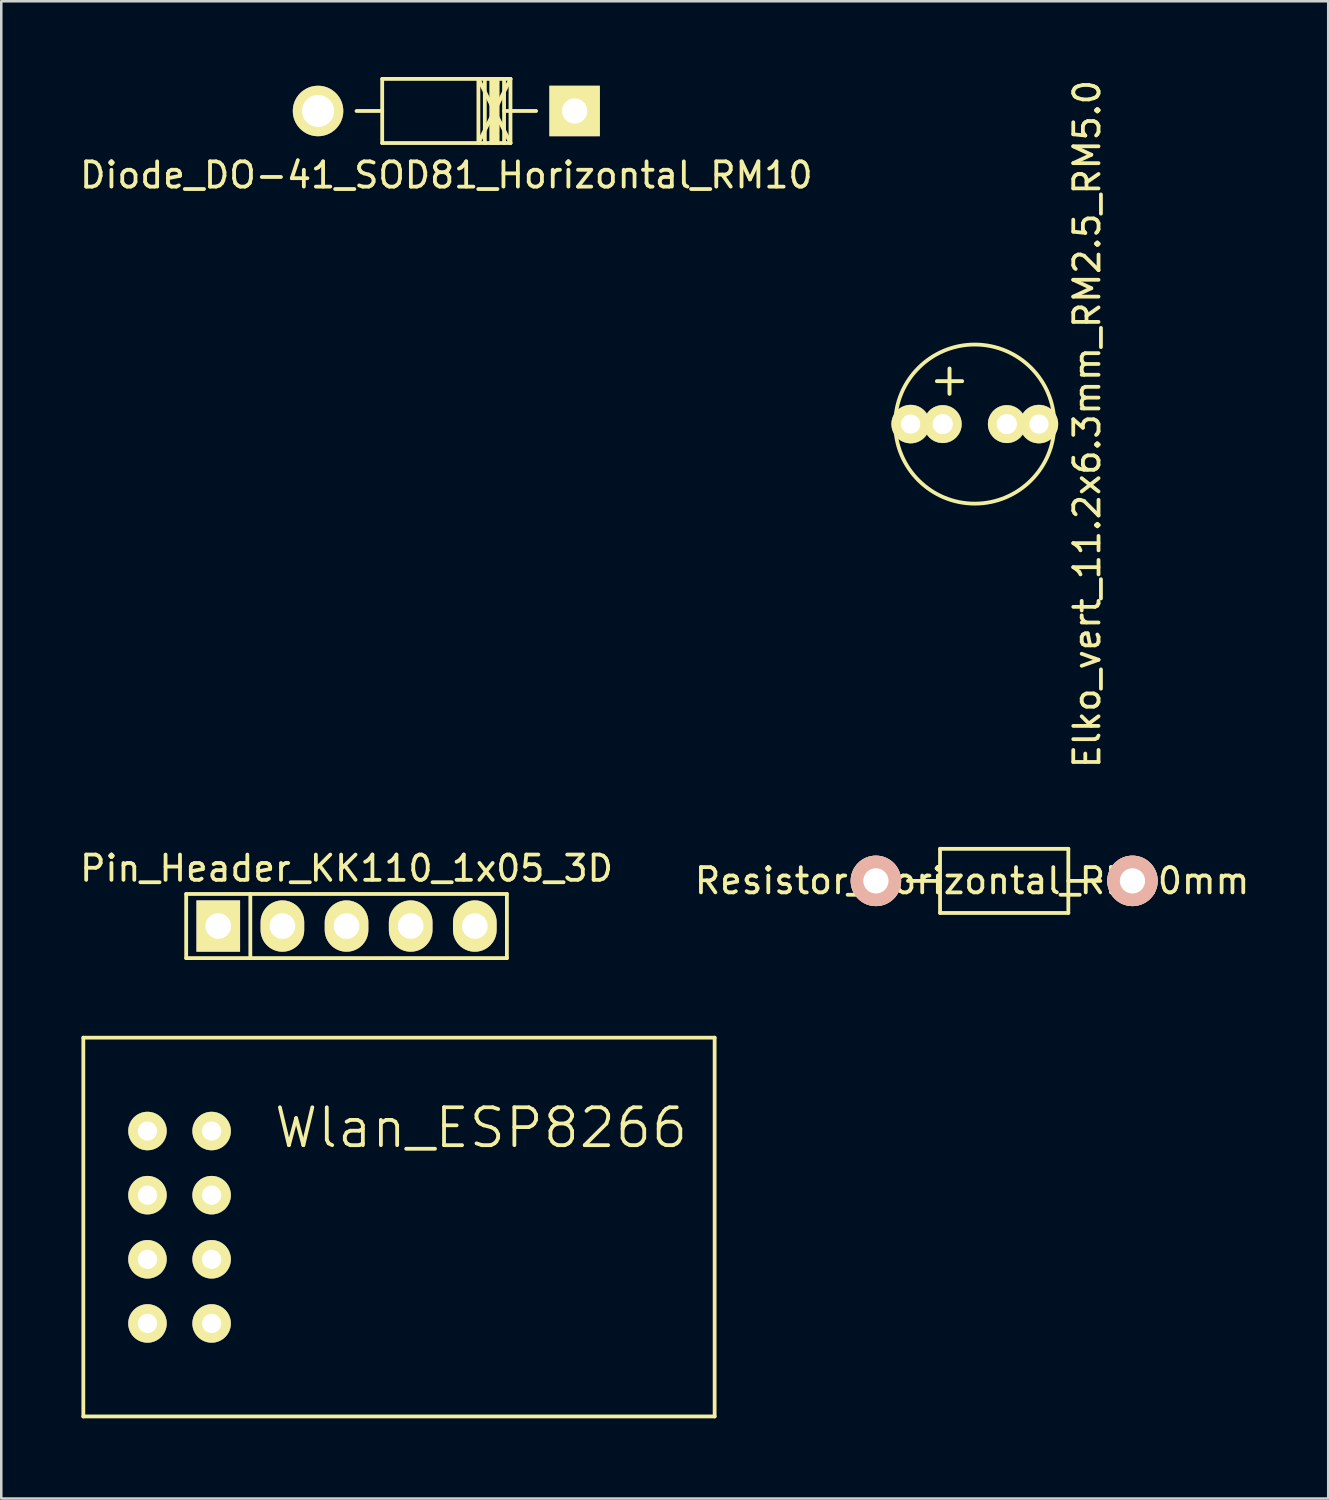
<source format=kicad_pcb>
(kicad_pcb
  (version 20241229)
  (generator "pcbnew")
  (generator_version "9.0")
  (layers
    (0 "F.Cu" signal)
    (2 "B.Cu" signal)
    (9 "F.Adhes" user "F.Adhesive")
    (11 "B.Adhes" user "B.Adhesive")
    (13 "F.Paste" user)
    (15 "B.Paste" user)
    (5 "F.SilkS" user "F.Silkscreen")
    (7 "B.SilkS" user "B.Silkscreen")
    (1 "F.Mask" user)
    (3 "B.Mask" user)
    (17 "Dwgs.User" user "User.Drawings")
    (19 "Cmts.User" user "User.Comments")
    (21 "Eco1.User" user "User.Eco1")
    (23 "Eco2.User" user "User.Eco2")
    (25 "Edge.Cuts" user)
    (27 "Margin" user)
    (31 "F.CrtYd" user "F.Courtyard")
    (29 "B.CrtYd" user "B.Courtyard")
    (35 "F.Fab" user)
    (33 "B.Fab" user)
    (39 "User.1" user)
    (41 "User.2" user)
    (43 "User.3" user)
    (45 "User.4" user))
  (footprint "Wlan_ESP8266"
    (layer "F.Cu")
    (at 0.25 53.042)
    (property "Reference" "Wlan_ESP8266" (at 15.748 -11.43 0) (layer "F.SilkS") (effects (font (size 1.5 1.5) (thickness 0.15))))
    (attr through_hole)
    (fp_line (start 0 -15) (end 25 -15) (stroke (width 0.15) (type solid)) (layer "F.SilkS"))
    (fp_line (start 0 0) (end 0 -15) (stroke (width 0.15) (type solid)) (layer "F.SilkS"))
    (fp_line (start 25 -15) (end 25 0) (stroke (width 0.15) (type solid)) (layer "F.SilkS"))
    (fp_line (start 25 0) (end 0 0) (stroke (width 0.15) (type solid)) (layer "F.SilkS"))
    (pad "1" thru_hole circle (at 2.54 -11.303) (size 1.524 1.524) (drill 0.762) (layers "*.Cu" "*.Mask" "F.SilkS"))
    (pad "2" thru_hole circle (at 2.54 -8.763) (size 1.524 1.524) (drill 0.762) (layers "*.Cu" "*.Mask" "F.SilkS"))
    (pad "3" thru_hole circle (at 2.54 -6.223) (size 1.524 1.524) (drill 0.762) (layers "*.Cu" "*.Mask" "F.SilkS"))
    (pad "4" thru_hole circle (at 2.54 -3.683) (size 1.524 1.524) (drill 0.762) (layers "*.Cu" "*.Mask" "F.SilkS"))
    (pad "5" thru_hole circle (at 5.08 -11.303) (size 1.524 1.524) (drill 0.762) (layers "*.Cu" "*.Mask" "F.SilkS"))
    (pad "6" thru_hole circle (at 5.08 -8.763) (size 1.524 1.524) (drill 0.762) (layers "*.Cu" "*.Mask" "F.SilkS"))
    (pad "7" thru_hole circle (at 5.08 -6.223) (size 1.524 1.524) (drill 0.762) (layers "*.Cu" "*.Mask" "F.SilkS"))
    (pad "8" thru_hole circle (at 5.08 -3.683) (size 1.524 1.524) (drill 0.762) (layers "*.Cu" "*.Mask" "F.SilkS")))
  (footprint "Elko_vert_11.2x6.3mm_RM2.5_RM5.0"
    (layer "F.Cu")
    (at 34.282 13.744)
    (property "Reference" "Elko_vert_11.2x6.3mm_RM2.5_RM5.0" (at 5.715 0 90) (layer "F.SilkS") (effects (font (size 1 1) (thickness 0.15))))
    (attr through_hole)
    (fp_line (start -0.231 -1.699) (end 0.269 -1.699) (stroke (width 0.15) (type solid)) (layer "F.Cu"))
    (fp_line (start 0.269 -1.699) (end 0.269 -2.2) (stroke (width 0.15) (type solid)) (layer "F.Cu"))
    (fp_line (start 0.269 -1.699) (end 0.269 -1.3) (stroke (width 0.15) (type solid)) (layer "F.Cu"))
    (fp_line (start 0.269 -1.699) (end 0.77 -1.699) (stroke (width 0.15) (type solid)) (layer "F.Cu"))
    (fp_line (start 0.269 -1.3) (end 0.269 -1.199) (stroke (width 0.15) (type solid)) (layer "F.Cu"))
    (fp_line (start -0.231 -1.699) (end 0.77 -1.699) (stroke (width 0.15) (type solid)) (layer "F.SilkS"))
    (fp_line (start 0.269 -2.2) (end 0.269 -1.199) (stroke (width 0.15) (type solid)) (layer "F.SilkS"))
    (fp_circle (center 1.27 0) (end 4.42 0) (stroke (width 0.15) (type solid)) (fill no) (layer "F.SilkS"))
    (pad "1" thru_hole circle (at -1.27 0) (size 1.524 1.524) (drill 0.762) (layers "*.Cu" "*.Mask" "F.SilkS"))
    (pad "1" thru_hole circle (at 0 0) (size 1.501 1.501) (drill 0.8) (layers "*.Cu" "*.Mask" "F.SilkS"))
    (pad "2" thru_hole circle (at 2.54 0) (size 1.501 1.501) (drill 0.8) (layers "*.Cu" "*.Mask" "F.SilkS"))
    (pad "2" thru_hole circle (at 3.81 0) (size 1.524 1.524) (drill 0.762) (layers "*.Cu" "*.Mask" "F.SilkS")))
  (footprint "Diode_DO-41_SOD81_Horizontal_RM10"
    (layer "F.Cu")
    (at 14.625 1.345)
    (property "Reference" "Diode_DO-41_SOD81_Horizontal_RM10" (at 0 2.54 0) (layer "F.SilkS") (effects (font (size 1 1) (thickness 0.15))))
    (attr through_hole)
    (fp_line (start -2.54 -1.27) (end -2.54 1.27) (stroke (width 0.15) (type solid)) (layer "F.SilkS"))
    (fp_line (start -2.54 0) (end -3.556 0) (stroke (width 0.15) (type solid)) (layer "F.SilkS"))
    (fp_line (start -2.54 1.27) (end 2.54 1.27) (stroke (width 0.15) (type solid)) (layer "F.SilkS"))
    (fp_line (start 1.27 -1.27) (end 1.27 1.27) (stroke (width 0.15) (type solid)) (layer "F.SilkS"))
    (fp_line (start 1.27 -1.27) (end 2.54 1.27) (stroke (width 0.15) (type solid)) (layer "F.SilkS"))
    (fp_line (start 1.524 -1.27) (end 1.524 1.27) (stroke (width 0.15) (type solid)) (layer "F.SilkS"))
    (fp_line (start 1.778 -1.27) (end 1.778 1.27) (stroke (width 0.15) (type solid)) (layer "F.SilkS"))
    (fp_line (start 1.905 -1.27) (end 1.905 1.27) (stroke (width 0.15) (type solid)) (layer "F.SilkS"))
    (fp_line (start 2.032 -1.27) (end 2.032 1.27) (stroke (width 0.15) (type solid)) (layer "F.SilkS"))
    (fp_line (start 2.286 -1.27) (end 2.286 1.27) (stroke (width 0.15) (type solid)) (layer "F.SilkS"))
    (fp_line (start 2.286 0) (end 3.556 0) (stroke (width 0.15) (type solid)) (layer "F.SilkS"))
    (fp_line (start 2.54 -1.27) (end -2.54 -1.27) (stroke (width 0.15) (type solid)) (layer "F.SilkS"))
    (fp_line (start 2.54 -1.27) (end 1.27 1.27) (stroke (width 0.15) (type solid)) (layer "F.SilkS"))
    (fp_line (start 2.54 1.27) (end 2.54 -1.27) (stroke (width 0.15) (type solid)) (layer "F.SilkS"))
    (pad "1" thru_hole circle (at -5.08 0) (size 1.999 1.999) (drill 1.27) (layers "*.Cu" "*.Mask" "F.SilkS"))
    (pad "2" thru_hole rect (at 5.08 0) (size 1.999 1.999) (drill 1.001) (layers "*.Cu" "*.Mask" "F.SilkS")))
  (footprint "Pin_Header_KK110_1x05_3D"
    (layer "F.Cu")
    (at 10.673 33.622)
    (property "Reference" "Pin_Header_KK110_1x05_3D" (at 0 -2.286 0) (layer "F.SilkS") (effects (font (size 1 1) (thickness 0.15))))
    (attr through_hole)
    (fp_line (start -6.35 -1.27) (end -6.35 1.27) (stroke (width 0.15) (type solid)) (layer "F.SilkS"))
    (fp_line (start -6.35 -1.27) (end -3.81 -1.27) (stroke (width 0.15) (type solid)) (layer "F.SilkS"))
    (fp_line (start -6.35 1.27) (end -3.81 1.27) (stroke (width 0.15) (type solid)) (layer "F.SilkS"))
    (fp_line (start -3.81 -1.27) (end -3.81 1.27) (stroke (width 0.15) (type solid)) (layer "F.SilkS"))
    (fp_line (start -3.81 -1.27) (end 6.35 -1.27) (stroke (width 0.15) (type solid)) (layer "F.SilkS"))
    (fp_line (start 6.35 -1.27) (end 6.35 1.27) (stroke (width 0.15) (type solid)) (layer "F.SilkS"))
    (fp_line (start 6.35 1.27) (end -3.81 1.27) (stroke (width 0.15) (type solid)) (layer "F.SilkS"))
    (pad "1" thru_hole rect (at -5.08 0) (size 1.727 2.032) (drill 1.016) (layers "*.Cu" "*.Mask" "F.SilkS"))
    (pad "2" thru_hole oval (at -2.54 0) (size 1.727 2.032) (drill 1.016) (layers "*.Cu" "*.Mask" "F.SilkS"))
    (pad "3" thru_hole oval (at 0 0) (size 1.727 2.032) (drill 1.016) (layers "*.Cu" "*.Mask" "F.SilkS"))
    (pad "4" thru_hole oval (at 2.54 0) (size 1.727 2.032) (drill 1.016) (layers "*.Cu" "*.Mask" "F.SilkS"))
    (pad "5" thru_hole oval (at 5.08 0) (size 1.727 2.032) (drill 1.016) (layers "*.Cu" "*.Mask" "F.SilkS")))
  (footprint "Resistor_Horizontal_RM10mm"
    (layer "F.Cu")
    (at 36.716 31.833)
    (property "Reference" "Resistor_Horizontal_RM10mm" (at -1.27 0 0) (layer "F.SilkS") (effects (font (size 1 1) (thickness 0.15))))
    (attr through_hole)
    (fp_line (start -2.54 -1.27) (end 2.54 -1.27) (stroke (width 0.15) (type solid)) (layer "F.SilkS"))
    (fp_line (start -2.54 0) (end -3.81 0) (stroke (width 0.15) (type solid)) (layer "F.SilkS"))
    (fp_line (start -2.54 1.27) (end -2.54 -1.27) (stroke (width 0.15) (type solid)) (layer "F.SilkS"))
    (fp_line (start 2.54 -1.27) (end 2.54 1.27) (stroke (width 0.15) (type solid)) (layer "F.SilkS"))
    (fp_line (start 2.54 0) (end 3.81 0) (stroke (width 0.15) (type solid)) (layer "F.SilkS"))
    (fp_line (start 2.54 1.27) (end -2.54 1.27) (stroke (width 0.15) (type solid)) (layer "F.SilkS"))
    (pad "1" thru_hole circle (at -5.08 0) (size 1.999 1.999) (drill 1.001) (layers "*.Cu" "*.SilkS" "*.Mask"))
    (pad "2" thru_hole circle (at 5.08 0) (size 1.999 1.999) (drill 1.001) (layers "*.Cu" "*.SilkS" "*.Mask")))
  (gr_rect
    (start -3 -3)
    (end 49.548 56.292)
    (stroke (width 0.1) (type default))
    (fill no)
    (layer "Edge.Cuts")))
</source>
